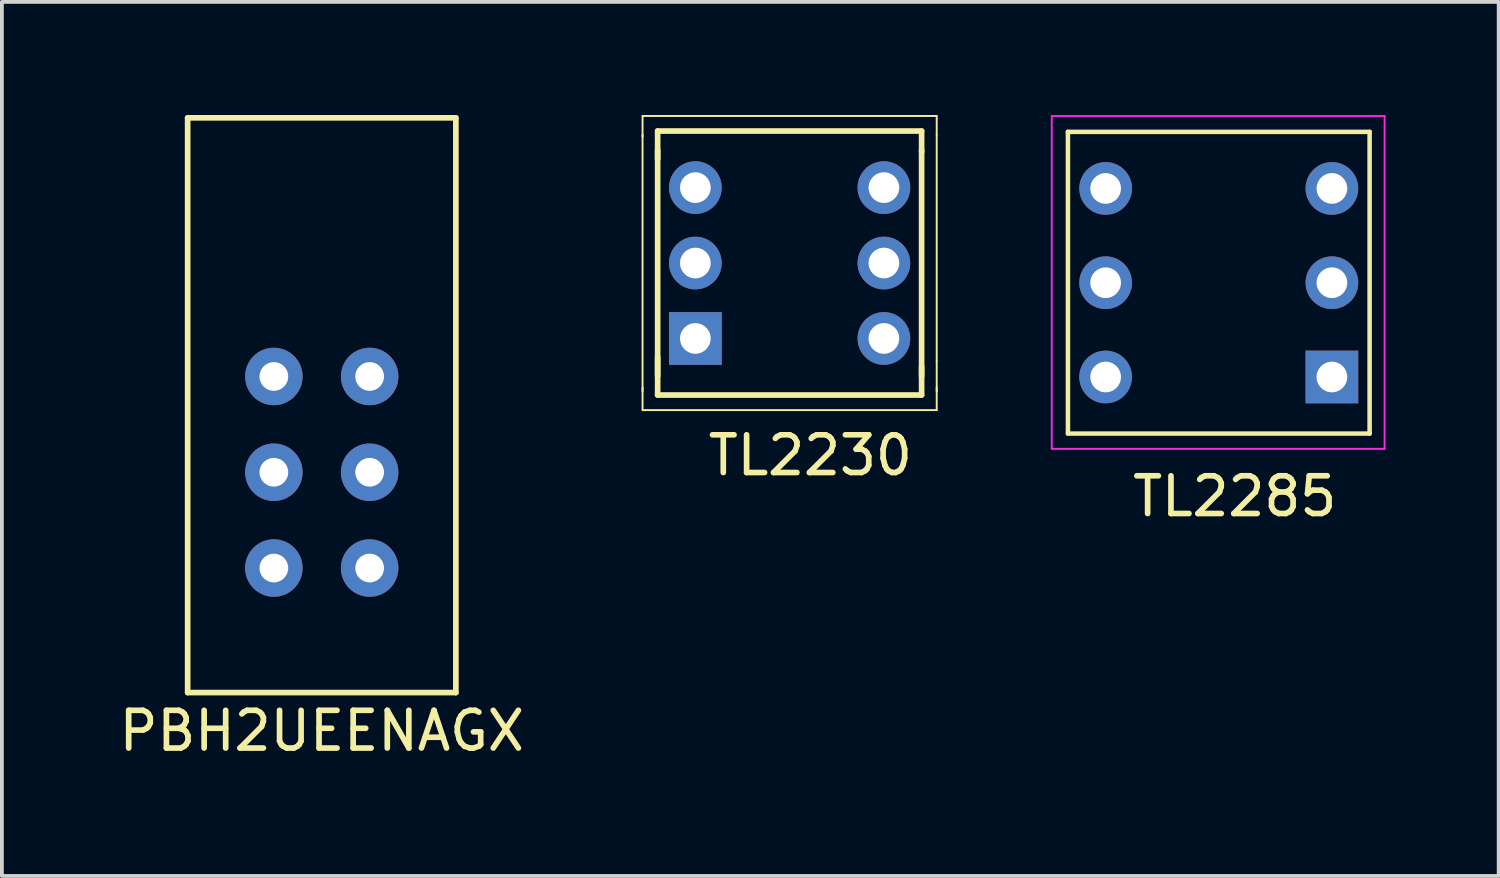
<source format=kicad_pcb>
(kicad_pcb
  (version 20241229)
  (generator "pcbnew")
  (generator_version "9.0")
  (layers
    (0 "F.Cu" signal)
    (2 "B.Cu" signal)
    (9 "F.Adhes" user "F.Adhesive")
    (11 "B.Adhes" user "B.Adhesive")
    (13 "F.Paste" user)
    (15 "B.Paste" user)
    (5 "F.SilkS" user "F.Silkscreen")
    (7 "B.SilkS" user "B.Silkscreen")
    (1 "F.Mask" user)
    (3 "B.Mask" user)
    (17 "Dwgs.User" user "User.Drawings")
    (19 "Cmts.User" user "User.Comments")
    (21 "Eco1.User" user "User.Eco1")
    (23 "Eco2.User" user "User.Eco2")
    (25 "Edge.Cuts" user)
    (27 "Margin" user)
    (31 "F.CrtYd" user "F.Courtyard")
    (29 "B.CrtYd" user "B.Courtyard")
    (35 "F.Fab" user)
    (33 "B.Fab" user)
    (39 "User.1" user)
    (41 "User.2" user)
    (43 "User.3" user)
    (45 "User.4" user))
  (footprint "TL2230"
    (layer "F.Cu")
    (at 15.889 7.425)
    (property "Reference" "TL2230" (at 2.55 1.6 0) (layer "F.SilkS") (effects (font (size 1 1) (thickness 0.15))))
    (attr through_hole)
    (fp_line (start -1.9 -7.4) (end -1.9 -6.85) (stroke (width 0.05) (type solid)) (layer "F.SilkS"))
    (fp_line (start -1.9 -6.9) (end -1.9 -0.1) (stroke (width 0.05) (type solid)) (layer "F.SilkS"))
    (fp_line (start -1.9 -0.2) (end -1.9 0.4) (stroke (width 0.05) (type solid)) (layer "F.SilkS"))
    (fp_line (start -1.9 0.4) (end 5.9 0.4) (stroke (width 0.05) (type solid)) (layer "F.SilkS"))
    (fp_line (start -1.5 -7) (end -1.5 -6.25) (stroke (width 0.15) (type solid)) (layer "F.SilkS"))
    (fp_line (start -1.5 -0.5) (end -1.5 -6.5) (stroke (width 0.15) (type solid)) (layer "F.SilkS"))
    (fp_line (start -1.5 0) (end -1.5 -1) (stroke (width 0.15) (type solid)) (layer "F.SilkS"))
    (fp_line (start -1.5 0) (end 5.5 0) (stroke (width 0.15) (type solid)) (layer "F.SilkS"))
    (fp_line (start 5.5 -7) (end -1.5 -7) (stroke (width 0.15) (type solid)) (layer "F.SilkS"))
    (fp_line (start 5.5 -6.45) (end 5.5 -7) (stroke (width 0.15) (type solid)) (layer "F.SilkS"))
    (fp_line (start 5.5 -0.5) (end 5.5 -6.5) (stroke (width 0.15) (type solid)) (layer "F.SilkS"))
    (fp_line (start 5.5 0) (end 5.5 -0.75) (stroke (width 0.15) (type solid)) (layer "F.SilkS"))
    (fp_line (start 5.9 -7.4) (end -1.9 -7.4) (stroke (width 0.05) (type solid)) (layer "F.SilkS"))
    (fp_line (start 5.9 -6.9) (end 5.9 -7.4) (stroke (width 0.05) (type solid)) (layer "F.SilkS"))
    (fp_line (start 5.9 -0.9) (end 5.9 -6.9) (stroke (width 0.05) (type solid)) (layer "F.SilkS"))
    (fp_line (start 5.9 -0.9) (end 5.9 -0.1) (stroke (width 0.05) (type solid)) (layer "F.SilkS"))
    (fp_line (start 5.9 0.4) (end 5.9 -0.2) (stroke (width 0.05) (type solid)) (layer "F.SilkS"))
    (pad "1" thru_hole rect (at -0.5 -1.5) (size 1.397 1.397) (drill 0.813) (layers "*.Cu" "*.Mask"))
    (pad "2" thru_hole circle (at -0.5 -3.5 90) (size 1.397 1.397) (drill 0.813) (layers "*.Cu" "*.Mask"))
    (pad "3" thru_hole circle (at -0.5 -5.5 90) (size 1.397 1.397) (drill 0.813) (layers "*.Cu" "*.Mask"))
    (pad "4" thru_hole circle (at 4.5 -1.5) (size 1.397 1.397) (drill 0.813) (layers "*.Cu" "*.Mask"))
    (pad "5" thru_hole circle (at 4.5 -3.5 90) (size 1.397 1.397) (drill 0.813) (layers "*.Cu" "*.Mask"))
    (pad "6" thru_hole circle (at 4.5 -5.5 90) (size 1.397 1.397) (drill 0.813) (layers "*.Cu" "*.Mask")))
  (footprint "TL2285"
    (layer "F.Cu")
    (at 26.644 7.572)
    (property "Reference" "TL2285" (at 3.048 2.54 0) (layer "F.SilkS") (effects (font (size 1 1) (thickness 0.15))))
    (attr through_hole)
    (fp_line (start -1.375 -7.125) (end -1.375 0.875) (stroke (width 0.12) (type solid)) (layer "F.SilkS"))
    (fp_line (start -1.375 0.875) (end 6.625 0.875) (stroke (width 0.12) (type solid)) (layer "F.SilkS"))
    (fp_line (start 6.625 -7.125) (end -1.375 -7.125) (stroke (width 0.12) (type solid)) (layer "F.SilkS"))
    (fp_line (start 6.625 0.875) (end 6.625 -7.125) (stroke (width 0.12) (type solid)) (layer "F.SilkS"))
    (fp_line (start -1.804 -7.546) (end 7.022 -7.546) (stroke (width 0.05) (type solid)) (layer "F.CrtYd"))
    (fp_line (start -1.804 1.28) (end -1.804 -7.546) (stroke (width 0.05) (type solid)) (layer "F.CrtYd"))
    (fp_line (start -1.804 1.28) (end 7.022 1.28) (stroke (width 0.05) (type solid)) (layer "F.CrtYd"))
    (fp_line (start 7.022 1.28) (end 7.022 -7.546) (stroke (width 0.05) (type solid)) (layer "F.CrtYd"))
    (pad "1" thru_hole rect (at 5.625 -0.625) (size 1.397 1.397) (drill 0.813) (layers "*.Cu" "*.Mask"))
    (pad "2" thru_hole circle (at 5.625 -3.125 90) (size 1.397 1.397) (drill 0.813) (layers "*.Cu" "*.Mask"))
    (pad "3" thru_hole circle (at 5.625 -5.625 90) (size 1.397 1.397) (drill 0.813) (layers "*.Cu" "*.Mask"))
    (pad "4" thru_hole circle (at -0.375 -0.625 90) (size 1.397 1.397) (drill 0.813) (layers "*.Cu" "*.Mask"))
    (pad "5" thru_hole circle (at -0.375 -3.125 90) (size 1.397 1.397) (drill 0.813) (layers "*.Cu" "*.Mask"))
    (pad "6" thru_hole circle (at -0.375 -5.625 90) (size 1.397 1.397) (drill 0.813) (layers "*.Cu" "*.Mask")))
  (footprint "PBH2UEENAGX"
    (layer "F.Cu")
    (at 5.482 9.473)
    (property "Reference" "PBH2UEENAGX" (at 0 6.858 0) (layer "F.SilkS") (effects (font (size 1 1) (thickness 0.15))))
    (attr through_hole)
    (fp_line (start -3.556 -9.398) (end 3.556 -9.398) (stroke (width 0.15) (type solid)) (layer "F.SilkS"))
    (fp_line (start -3.556 5.842) (end -3.556 -9.398) (stroke (width 0.15) (type solid)) (layer "F.SilkS"))
    (fp_line (start -3.556 5.842) (end 3.556 5.842) (stroke (width 0.15) (type solid)) (layer "F.SilkS"))
    (fp_line (start 3.556 5.842) (end 3.556 -9.398) (stroke (width 0.15) (type solid)) (layer "F.SilkS"))
    (pad "1" thru_hole circle (at 1.27 -2.54) (size 1.524 1.524) (drill 0.762) (layers "*.Cu" "*.Mask"))
    (pad "2" thru_hole circle (at 1.27 0) (size 1.524 1.524) (drill 0.762) (layers "*.Cu" "*.Mask"))
    (pad "3" thru_hole circle (at 1.27 2.54) (size 1.524 1.524) (drill 0.762) (layers "*.Cu" "*.Mask"))
    (pad "4" thru_hole circle (at -1.27 -2.54) (size 1.524 1.524) (drill 0.762) (layers "*.Cu" "*.Mask"))
    (pad "5" thru_hole circle (at -1.27 0) (size 1.524 1.524) (drill 0.762) (layers "*.Cu" "*.Mask"))
    (pad "6" thru_hole circle (at -1.27 2.54) (size 1.524 1.524) (drill 0.762) (layers "*.Cu" "*.Mask")))
  (gr_rect
    (start -3 -3)
    (end 36.691 20.179)
    (stroke (width 0.1) (type default))
    (fill no)
    (layer "Edge.Cuts")))
</source>
